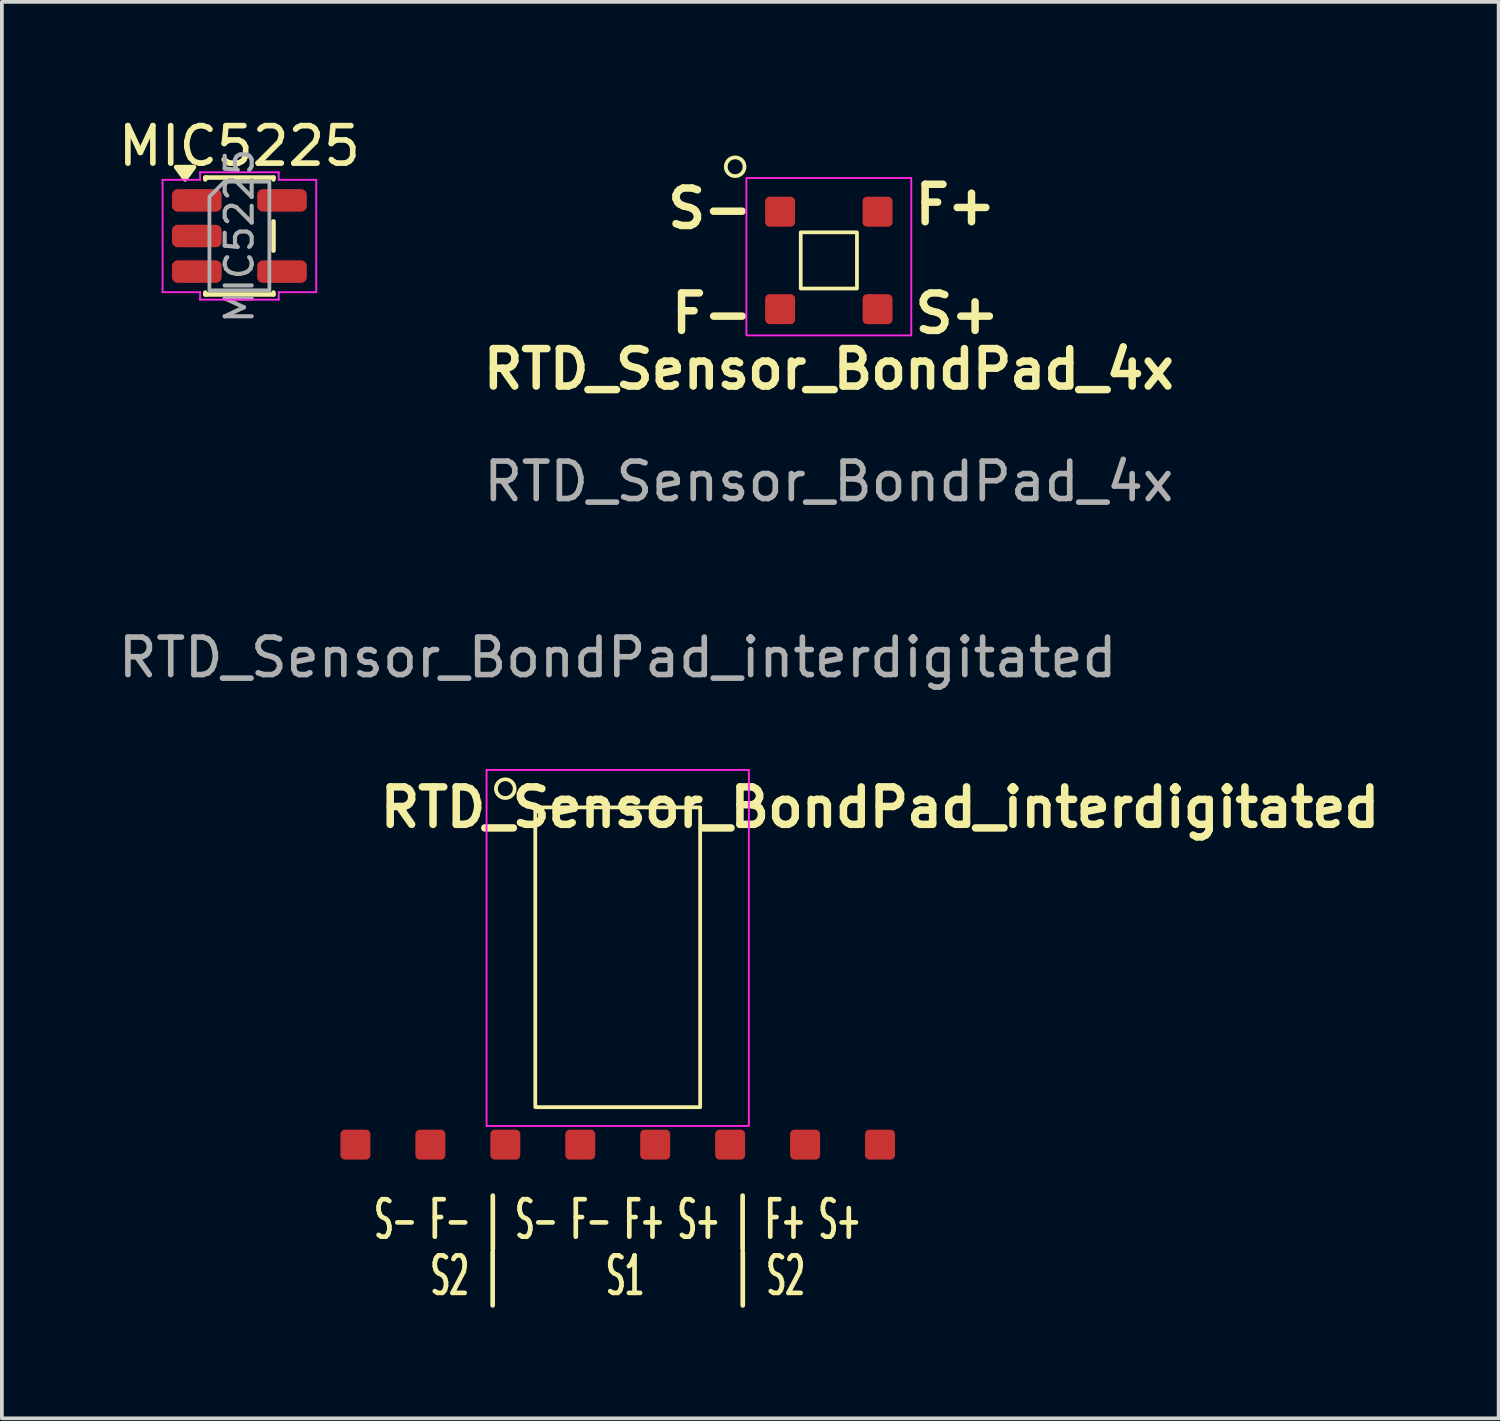
<source format=kicad_pcb>
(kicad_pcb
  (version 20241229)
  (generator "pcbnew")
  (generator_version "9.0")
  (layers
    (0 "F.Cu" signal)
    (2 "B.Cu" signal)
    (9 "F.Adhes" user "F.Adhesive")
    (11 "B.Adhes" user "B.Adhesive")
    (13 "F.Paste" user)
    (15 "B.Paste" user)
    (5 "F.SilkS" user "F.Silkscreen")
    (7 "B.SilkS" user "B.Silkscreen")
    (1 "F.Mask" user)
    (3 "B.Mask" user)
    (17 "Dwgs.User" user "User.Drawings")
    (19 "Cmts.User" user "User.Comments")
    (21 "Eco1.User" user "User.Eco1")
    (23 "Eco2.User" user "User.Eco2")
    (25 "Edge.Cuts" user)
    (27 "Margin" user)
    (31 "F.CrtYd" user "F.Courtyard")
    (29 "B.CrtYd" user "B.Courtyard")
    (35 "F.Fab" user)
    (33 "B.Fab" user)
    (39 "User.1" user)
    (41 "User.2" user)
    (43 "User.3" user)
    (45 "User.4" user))
  (footprint "MIC5225"
    (layer "F.Cu")
    (at 3.339 3.248)
    (property "Reference" "MIC5225" (at 0 -2.4 0) (layer "F.SilkS") (effects (font (size 1 1) (thickness 0.15))))
    (attr smd)
    (fp_line (start -0.91 -1.56) (end 0.91 -1.56) (stroke (width 0.12) (type solid)) (layer "F.SilkS"))
    (fp_line (start -0.91 -1.51) (end -0.91 -1.56) (stroke (width 0.12) (type solid)) (layer "F.SilkS"))
    (fp_line (start -0.91 1.56) (end -0.91 1.51) (stroke (width 0.12) (type solid)) (layer "F.SilkS"))
    (fp_line (start 0.91 -1.56) (end 0.91 -1.51) (stroke (width 0.12) (type solid)) (layer "F.SilkS"))
    (fp_line (start 0.91 -0.39) (end 0.91 0.39) (stroke (width 0.12) (type solid)) (layer "F.SilkS"))
    (fp_line (start 0.91 1.51) (end 0.91 1.56) (stroke (width 0.12) (type solid)) (layer "F.SilkS"))
    (fp_line (start 0.91 1.56) (end -0.91 1.56) (stroke (width 0.12) (type solid)) (layer "F.SilkS"))
    (fp_poly (pts (xy -1.45 -1.51) (xy -1.69 -1.84) (xy -1.21 -1.84)) (stroke (width 0.12) (type solid)) (fill yes) (layer "F.SilkS"))
    (fp_line (start -2.05 -1.5) (end -1.05 -1.5) (stroke (width 0.05) (type solid)) (layer "F.CrtYd"))
    (fp_line (start -2.05 1.5) (end -2.05 -1.5) (stroke (width 0.05) (type solid)) (layer "F.CrtYd"))
    (fp_line (start -1.05 -1.7) (end 1.05 -1.7) (stroke (width 0.05) (type solid)) (layer "F.CrtYd"))
    (fp_line (start -1.05 -1.5) (end -1.05 -1.7) (stroke (width 0.05) (type solid)) (layer "F.CrtYd"))
    (fp_line (start -1.05 1.5) (end -2.05 1.5) (stroke (width 0.05) (type solid)) (layer "F.CrtYd"))
    (fp_line (start -1.05 1.7) (end -1.05 1.5) (stroke (width 0.05) (type solid)) (layer "F.CrtYd"))
    (fp_line (start 1.05 -1.7) (end 1.05 -1.5) (stroke (width 0.05) (type solid)) (layer "F.CrtYd"))
    (fp_line (start 1.05 -1.5) (end 2.05 -1.5) (stroke (width 0.05) (type solid)) (layer "F.CrtYd"))
    (fp_line (start 1.05 1.5) (end 1.05 1.7) (stroke (width 0.05) (type solid)) (layer "F.CrtYd"))
    (fp_line (start 1.05 1.7) (end -1.05 1.7) (stroke (width 0.05) (type solid)) (layer "F.CrtYd"))
    (fp_line (start 2.05 -1.5) (end 2.05 1.5) (stroke (width 0.05) (type solid)) (layer "F.CrtYd"))
    (fp_line (start 2.05 1.5) (end 1.05 1.5) (stroke (width 0.05) (type solid)) (layer "F.CrtYd"))
    (fp_poly (pts (xy -0.8 -1.05) (xy -0.8 1.45) (xy 0.8 1.45) (xy 0.8 -1.45) (xy -0.4 -1.45)) (stroke (width 0.1) (type solid)) (fill no) (layer "F.Fab"))
    (fp_text user "${REFERENCE}" (at 0 0 90) (layer "F.Fab") (effects (font (size 0.72 0.72) (thickness 0.11))))
    (pad "1" smd roundrect (at -1.137 -0.95) (size 1.325 0.6) (layers "F.Cu" "F.Mask" "F.Paste") (roundrect_rratio 0.25))
    (pad "2" smd roundrect (at -1.137 0) (size 1.325 0.6) (layers "F.Cu" "F.Mask" "F.Paste") (roundrect_rratio 0.25))
    (pad "3" smd roundrect (at -1.137 0.95) (size 1.325 0.6) (layers "F.Cu" "F.Mask" "F.Paste") (roundrect_rratio 0.25))
    (pad "4" smd roundrect (at 1.137 0.95) (size 1.325 0.6) (layers "F.Cu" "F.Mask" "F.Paste") (roundrect_rratio 0.25))
    (pad "5" smd roundrect (at 1.137 -0.95) (size 1.325 0.6) (layers "F.Cu" "F.Mask" "F.Paste") (roundrect_rratio 0.25)))
  (footprint "RTD_Sensor_BondPad_4x"
    (layer "F.Cu")
    (at 19.069 3.9)
    (property "Reference" "RTD_Sensor_BondPad_4x" (at 0 2.9 0) (unlocked yes) (layer "F.SilkS") (effects (font (size 1 1) (thickness 0.2) (bold yes))))
    (attr exclude_from_pos_files exclude_from_bom)
    (fp_rect (start -0.75 -0.75) (end 0.75 0.75) (stroke (width 0.1) (type default)) (fill no) (layer "F.SilkS"))
    (fp_circle (center -2.5 -2.5) (end -2.3 -2.35) (stroke (width 0.1) (type default)) (fill no) (layer "F.SilkS"))
    (fp_rect (start -2.2 -2.2) (end 2.2 2) (stroke (width 0.05) (type default)) (fill no) (layer "F.CrtYd"))
    (fp_text user "F-" (at -4.3 2 0) (unlocked yes) (layer "F.SilkS") (effects (font (size 1 1) (thickness 0.2) (bold yes)) (justify left bottom)))
    (fp_text user "S+" (at 2.2 2 0) (unlocked yes) (layer "F.SilkS") (effects (font (size 1 1) (thickness 0.2) (bold yes)) (justify left bottom)))
    (fp_text user "F+" (at 2.2 -0.9 0) (unlocked yes) (layer "F.SilkS") (effects (font (size 1 1) (thickness 0.2) (bold yes)) (justify left bottom)))
    (fp_text user "S-" (at -4.4 -0.8 0) (unlocked yes) (layer "F.SilkS") (effects (font (size 1 1) (thickness 0.2) (bold yes)) (justify left bottom)))
    (fp_text user "${REFERENCE}" (at 0 5.9 0) (unlocked yes) (layer "F.Fab") (effects (font (size 1 1) (thickness 0.15))))
    (fp_text user "Do Not Paste" (at -4.9 -2.45 0) (unlocked yes) (layer "User.1") (effects (font (size 1 1) (thickness 0.15)) (justify left bottom)))
    (pad "1" smd roundrect (at -1.3 -1.3) (size 0.8 0.8) (layers "F.Cu" "F.Mask") (roundrect_rratio 0.15))
    (pad "2" smd roundrect (at 1.3 -1.3) (size 0.8 0.8) (layers "F.Cu" "F.Mask") (roundrect_rratio 0.15))
    (pad "3" smd roundrect (at -1.3 1.3) (size 0.8 0.8) (layers "F.Cu" "F.Mask") (roundrect_rratio 0.15))
    (pad "4" smd roundrect (at 1.3 1.3) (size 0.8 0.8) (layers "F.Cu" "F.Mask") (roundrect_rratio 0.15)))
  (footprint "RTD_Sensor_BondPad_interdigitated"
    (layer "F.Cu")
    (at 13.435 26.497)
    (property "Reference" "RTD_Sensor_BondPad_interdigitated" (at 7 -8 0) (unlocked yes) (layer "F.SilkS") (effects (font (size 1 1) (thickness 0.2) (bold yes))))
    (attr exclude_from_pos_files exclude_from_bom)
    (fp_rect (start -2.2 -8) (end 2.2 0) (stroke (width 0.1) (type default)) (fill no) (layer "F.SilkS"))
    (fp_circle (center -3 -8.5) (end -2.8 -8.35) (stroke (width 0.1) (type default)) (fill no) (layer "F.SilkS"))
    (fp_rect (start -3.5 -9) (end 3.5 0.5) (stroke (width 0.05) (type default)) (fill no) (layer "F.CrtYd"))
    (fp_text user "S- F- | S- F- F+ S+ | F+ S+" (at 0 3 0) (unlocked yes) (layer "F.SilkS") (effects (font (size 1 0.5) (thickness 0.125) (bold yes))))
    (fp_text user "S2 |       S1      | S2" (at 0 4.5 0) (unlocked yes) (layer "F.SilkS") (effects (font (size 1 0.523) (thickness 0.125) (bold yes))))
    (fp_text user "${REFERENCE}" (at 0 -12 0) (unlocked yes) (layer "F.Fab") (effects (font (size 1 1) (thickness 0.15))))
    (fp_text user "Do Not Paste" (at -4.9 -2.45 0) (unlocked yes) (layer "User.1") (effects (font (size 1 1) (thickness 0.15)) (justify left bottom)))
    (pad "1" smd roundrect (at -3 1) (size 0.8 0.8) (layers "F.Cu" "F.Mask") (roundrect_rratio 0.15))
    (pad "2" smd roundrect (at -1 1) (size 0.8 0.8) (layers "F.Cu" "F.Mask") (roundrect_rratio 0.15))
    (pad "3" smd roundrect (at 1 1) (size 0.8 0.8) (layers "F.Cu" "F.Mask") (roundrect_rratio 0.15))
    (pad "4" smd roundrect (at 3 1) (size 0.8 0.8) (layers "F.Cu" "F.Mask") (roundrect_rratio 0.15))
    (pad "5" smd roundrect (at -7 1) (size 0.8 0.8) (layers "F.Cu" "F.Mask") (roundrect_rratio 0.15))
    (pad "6" smd roundrect (at -5 1) (size 0.8 0.8) (layers "F.Cu" "F.Mask") (roundrect_rratio 0.15))
    (pad "7" smd roundrect (at 5 1) (size 0.8 0.8) (layers "F.Cu" "F.Mask") (roundrect_rratio 0.15))
    (pad "8" smd roundrect (at 7 1) (size 0.8 0.8) (layers "F.Cu" "F.Mask") (roundrect_rratio 0.15)))
  (gr_rect
    (start -3 -3)
    (end 36.944 34.801)
    (stroke (width 0.1) (type default))
    (fill no)
    (layer "Edge.Cuts")))
</source>
